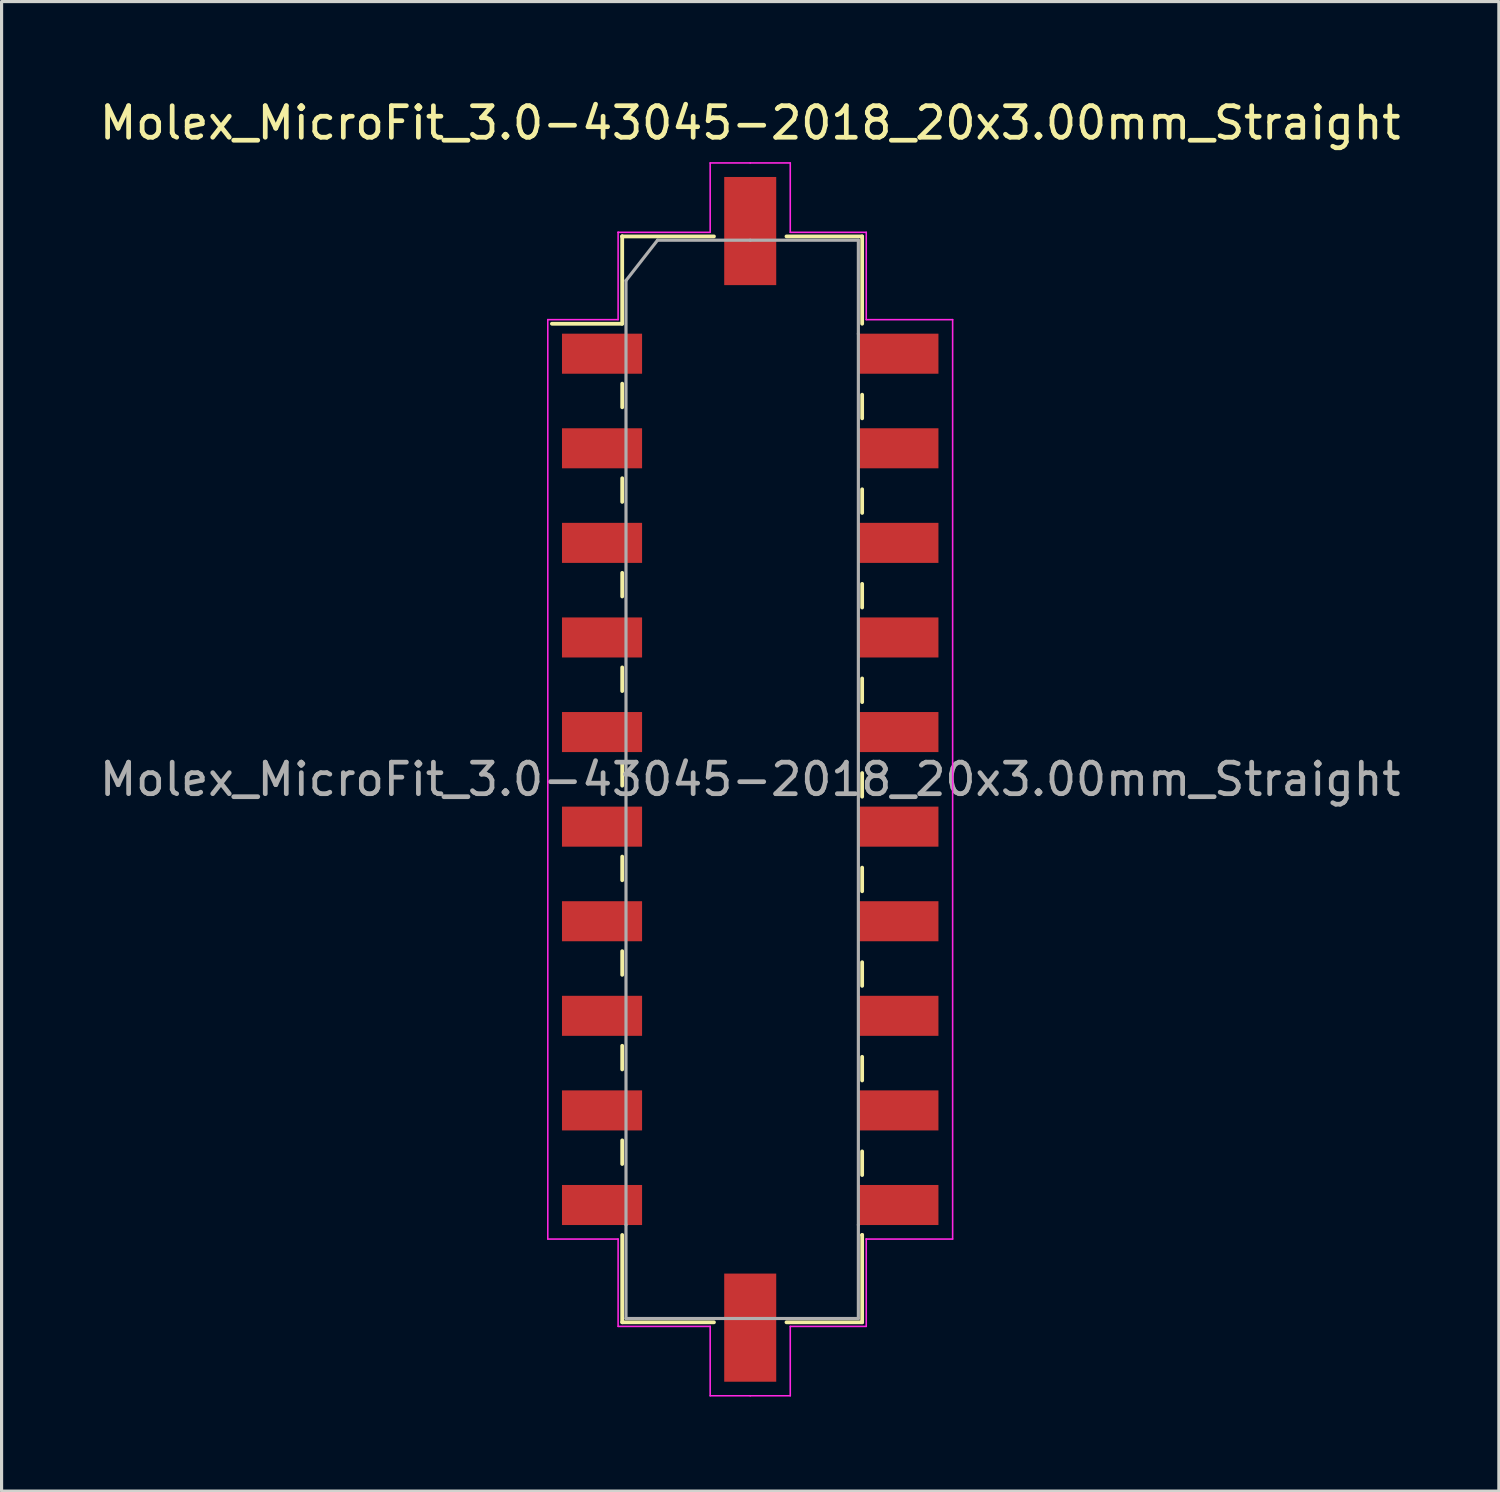
<source format=kicad_pcb>
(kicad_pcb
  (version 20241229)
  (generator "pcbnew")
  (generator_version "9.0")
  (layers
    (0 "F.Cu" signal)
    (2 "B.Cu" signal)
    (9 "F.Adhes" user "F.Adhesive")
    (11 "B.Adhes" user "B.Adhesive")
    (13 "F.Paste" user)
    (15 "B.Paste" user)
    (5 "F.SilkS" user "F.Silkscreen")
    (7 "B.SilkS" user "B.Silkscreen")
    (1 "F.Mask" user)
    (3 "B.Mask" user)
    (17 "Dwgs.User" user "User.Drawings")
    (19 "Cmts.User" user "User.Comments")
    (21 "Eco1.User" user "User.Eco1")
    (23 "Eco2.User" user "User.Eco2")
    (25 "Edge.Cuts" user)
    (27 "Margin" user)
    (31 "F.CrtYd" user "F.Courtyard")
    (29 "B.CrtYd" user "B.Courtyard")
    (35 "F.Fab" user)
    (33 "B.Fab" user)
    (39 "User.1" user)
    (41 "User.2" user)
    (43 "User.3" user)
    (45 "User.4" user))
  (footprint "Molex_MicroFit_3.0-43045-2018_20x3.00mm_Straight"
    (layer "F.Cu")
    (at 20.744 21.668)
    (property "Reference" "Molex_MicroFit_3.0-43045-2018_20x3.00mm_Straight" (at 0 -20.82 0) (layer "F.SilkS") (effects (font (size 1 1) (thickness 0.15))))
    (attr smd)
    (fp_line (start -6.29 -14.45) (end -4.06 -14.45) (stroke (width 0.12) (type solid)) (layer "F.SilkS"))
    (fp_line (start -4.06 -17.22) (end -4.06 -17.22) (stroke (width 0.12) (type solid)) (layer "F.SilkS"))
    (fp_line (start -4.06 -17.22) (end -1.15 -17.22) (stroke (width 0.12) (type solid)) (layer "F.SilkS"))
    (fp_line (start -4.06 -14.45) (end -4.06 -17.22) (stroke (width 0.12) (type solid)) (layer "F.SilkS"))
    (fp_line (start -4.06 -12.55) (end -4.06 -11.8) (stroke (width 0.12) (type solid)) (layer "F.SilkS"))
    (fp_line (start -4.06 -9.55) (end -4.06 -8.8) (stroke (width 0.12) (type solid)) (layer "F.SilkS"))
    (fp_line (start -4.06 -6.55) (end -4.06 -5.8) (stroke (width 0.12) (type solid)) (layer "F.SilkS"))
    (fp_line (start -4.06 -3.55) (end -4.06 -2.8) (stroke (width 0.12) (type solid)) (layer "F.SilkS"))
    (fp_line (start -4.06 -0.55) (end -4.06 0.2) (stroke (width 0.12) (type solid)) (layer "F.SilkS"))
    (fp_line (start -4.06 2.45) (end -4.06 3.2) (stroke (width 0.12) (type solid)) (layer "F.SilkS"))
    (fp_line (start -4.06 5.45) (end -4.06 6.2) (stroke (width 0.12) (type solid)) (layer "F.SilkS"))
    (fp_line (start -4.06 8.45) (end -4.06 9.2) (stroke (width 0.12) (type solid)) (layer "F.SilkS"))
    (fp_line (start -4.06 11.45) (end -4.06 12.2) (stroke (width 0.12) (type solid)) (layer "F.SilkS"))
    (fp_line (start -4.06 17.22) (end -4.06 14.45) (stroke (width 0.12) (type solid)) (layer "F.SilkS"))
    (fp_line (start -1.15 17.22) (end -4.06 17.22) (stroke (width 0.12) (type solid)) (layer "F.SilkS"))
    (fp_line (start 1.15 -17.22) (end 3.55 -17.22) (stroke (width 0.12) (type solid)) (layer "F.SilkS"))
    (fp_line (start 3.55 -17.22) (end 3.55 -14.45) (stroke (width 0.12) (type solid)) (layer "F.SilkS"))
    (fp_line (start 3.55 -11.45) (end 3.55 -12.2) (stroke (width 0.12) (type solid)) (layer "F.SilkS"))
    (fp_line (start 3.55 -8.45) (end 3.55 -9.2) (stroke (width 0.12) (type solid)) (layer "F.SilkS"))
    (fp_line (start 3.55 -5.45) (end 3.55 -6.2) (stroke (width 0.12) (type solid)) (layer "F.SilkS"))
    (fp_line (start 3.55 -2.45) (end 3.55 -3.2) (stroke (width 0.12) (type solid)) (layer "F.SilkS"))
    (fp_line (start 3.55 0.55) (end 3.55 -0.2) (stroke (width 0.12) (type solid)) (layer "F.SilkS"))
    (fp_line (start 3.55 3.55) (end 3.55 2.8) (stroke (width 0.12) (type solid)) (layer "F.SilkS"))
    (fp_line (start 3.55 6.55) (end 3.55 5.8) (stroke (width 0.12) (type solid)) (layer "F.SilkS"))
    (fp_line (start 3.55 9.55) (end 3.55 8.8) (stroke (width 0.12) (type solid)) (layer "F.SilkS"))
    (fp_line (start 3.55 12.55) (end 3.55 11.8) (stroke (width 0.12) (type solid)) (layer "F.SilkS"))
    (fp_line (start 3.55 14.45) (end 3.55 14.45) (stroke (width 0.12) (type solid)) (layer "F.SilkS"))
    (fp_line (start 3.55 14.45) (end 3.55 17.22) (stroke (width 0.12) (type solid)) (layer "F.SilkS"))
    (fp_line (start 3.55 17.22) (end 1.15 17.22) (stroke (width 0.12) (type solid)) (layer "F.SilkS"))
    (fp_line (start -6.42 -14.58) (end -4.19 -14.58) (stroke (width 0.05) (type solid)) (layer "F.CrtYd"))
    (fp_line (start -6.42 14.58) (end -6.42 -14.58) (stroke (width 0.05) (type solid)) (layer "F.CrtYd"))
    (fp_line (start -4.19 -17.35) (end -4.19 -17.35) (stroke (width 0.05) (type solid)) (layer "F.CrtYd"))
    (fp_line (start -4.19 -17.35) (end -1.27 -17.35) (stroke (width 0.05) (type solid)) (layer "F.CrtYd"))
    (fp_line (start -4.19 -14.58) (end -4.19 -17.35) (stroke (width 0.05) (type solid)) (layer "F.CrtYd"))
    (fp_line (start -4.19 14.58) (end -6.42 14.58) (stroke (width 0.05) (type solid)) (layer "F.CrtYd"))
    (fp_line (start -4.19 17.35) (end -4.19 14.58) (stroke (width 0.05) (type solid)) (layer "F.CrtYd"))
    (fp_line (start -1.27 -19.55) (end 0 -19.55) (stroke (width 0.05) (type solid)) (layer "F.CrtYd"))
    (fp_line (start -1.27 -17.35) (end -1.27 -19.55) (stroke (width 0.05) (type solid)) (layer "F.CrtYd"))
    (fp_line (start -1.27 17.35) (end -4.19 17.35) (stroke (width 0.05) (type solid)) (layer "F.CrtYd"))
    (fp_line (start -1.27 19.55) (end -1.27 17.35) (stroke (width 0.05) (type solid)) (layer "F.CrtYd"))
    (fp_line (start 0 -19.55) (end 1.27 -19.55) (stroke (width 0.05) (type solid)) (layer "F.CrtYd"))
    (fp_line (start 0 19.55) (end -1.27 19.55) (stroke (width 0.05) (type solid)) (layer "F.CrtYd"))
    (fp_line (start 1.27 -19.55) (end 1.27 -17.35) (stroke (width 0.05) (type solid)) (layer "F.CrtYd"))
    (fp_line (start 1.27 -17.35) (end 3.68 -17.35) (stroke (width 0.05) (type solid)) (layer "F.CrtYd"))
    (fp_line (start 1.27 17.35) (end 1.27 19.55) (stroke (width 0.05) (type solid)) (layer "F.CrtYd"))
    (fp_line (start 1.27 19.55) (end 0 19.55) (stroke (width 0.05) (type solid)) (layer "F.CrtYd"))
    (fp_line (start 3.68 -17.35) (end 3.68 -14.58) (stroke (width 0.05) (type solid)) (layer "F.CrtYd"))
    (fp_line (start 3.68 -14.58) (end 6.42 -14.58) (stroke (width 0.05) (type solid)) (layer "F.CrtYd"))
    (fp_line (start 3.68 14.58) (end 3.68 14.58) (stroke (width 0.05) (type solid)) (layer "F.CrtYd"))
    (fp_line (start 3.68 14.58) (end 3.68 17.35) (stroke (width 0.05) (type solid)) (layer "F.CrtYd"))
    (fp_line (start 3.68 17.35) (end 1.27 17.35) (stroke (width 0.05) (type solid)) (layer "F.CrtYd"))
    (fp_line (start 6.42 -14.58) (end 6.42 14.58) (stroke (width 0.05) (type solid)) (layer "F.CrtYd"))
    (fp_line (start 6.42 14.58) (end 3.68 14.58) (stroke (width 0.05) (type solid)) (layer "F.CrtYd"))
    (fp_line (start -3.94 -15.82) (end -2.94 -17.1) (stroke (width 0.1) (type solid)) (layer "F.Fab"))
    (fp_line (start -3.94 14.13) (end -3.94 -15.82) (stroke (width 0.1) (type solid)) (layer "F.Fab"))
    (fp_line (start -3.94 17.1) (end -3.94 14.13) (stroke (width 0.1) (type solid)) (layer "F.Fab"))
    (fp_line (start -2.94 -17.1) (end 0 -17.1) (stroke (width 0.1) (type solid)) (layer "F.Fab"))
    (fp_line (start -0.82 17.1) (end -3.94 17.1) (stroke (width 0.1) (type solid)) (layer "F.Fab"))
    (fp_line (start 0 -17.1) (end 3.43 -17.1) (stroke (width 0.1) (type solid)) (layer "F.Fab"))
    (fp_line (start 3.43 -17.1) (end 3.43 -14.13) (stroke (width 0.1) (type solid)) (layer "F.Fab"))
    (fp_line (start 3.43 -14.13) (end 3.43 14.13) (stroke (width 0.1) (type solid)) (layer "F.Fab"))
    (fp_line (start 3.43 14.13) (end 3.43 17.1) (stroke (width 0.1) (type solid)) (layer "F.Fab"))
    (fp_line (start 3.43 17.1) (end -0.82 17.1) (stroke (width 0.1) (type solid)) (layer "F.Fab"))
    (fp_text user "${REFERENCE}" (at 0 0 0) (layer "F.Fab") (effects (font (size 1 1) (thickness 0.15))))
    (pad "" smd rect (at 0 -17.39) (size 1.65 3.43) (layers "F.Cu" "F.Mask" "F.Paste"))
    (pad "" smd rect (at 0 17.39) (size 1.65 3.43) (layers "F.Cu" "F.Mask" "F.Paste"))
    (pad "1" smd rect (at -4.7 -13.5) (size 2.54 1.27) (layers "F.Cu" "F.Mask" "F.Paste"))
    (pad "2" smd rect (at -4.7 -10.5) (size 2.54 1.27) (layers "F.Cu" "F.Mask" "F.Paste"))
    (pad "3" smd rect (at -4.7 -7.5) (size 2.54 1.27) (layers "F.Cu" "F.Mask" "F.Paste"))
    (pad "4" smd rect (at -4.7 -4.5) (size 2.54 1.27) (layers "F.Cu" "F.Mask" "F.Paste"))
    (pad "5" smd rect (at -4.7 -1.5) (size 2.54 1.27) (layers "F.Cu" "F.Mask" "F.Paste"))
    (pad "6" smd rect (at -4.7 1.5) (size 2.54 1.27) (layers "F.Cu" "F.Mask" "F.Paste"))
    (pad "7" smd rect (at -4.7 4.5) (size 2.54 1.27) (layers "F.Cu" "F.Mask" "F.Paste"))
    (pad "8" smd rect (at -4.7 7.5) (size 2.54 1.27) (layers "F.Cu" "F.Mask" "F.Paste"))
    (pad "9" smd rect (at -4.7 10.5) (size 2.54 1.27) (layers "F.Cu" "F.Mask" "F.Paste"))
    (pad "10" smd rect (at -4.7 13.5) (size 2.54 1.27) (layers "F.Cu" "F.Mask" "F.Paste"))
    (pad "11" smd rect (at 4.7 13.5) (size 2.54 1.27) (layers "F.Cu" "F.Mask" "F.Paste"))
    (pad "12" smd rect (at 4.7 10.5) (size 2.54 1.27) (layers "F.Cu" "F.Mask" "F.Paste"))
    (pad "13" smd rect (at 4.7 7.5) (size 2.54 1.27) (layers "F.Cu" "F.Mask" "F.Paste"))
    (pad "14" smd rect (at 4.7 4.5) (size 2.54 1.27) (layers "F.Cu" "F.Mask" "F.Paste"))
    (pad "15" smd rect (at 4.7 1.5) (size 2.54 1.27) (layers "F.Cu" "F.Mask" "F.Paste"))
    (pad "16" smd rect (at 4.7 -1.5) (size 2.54 1.27) (layers "F.Cu" "F.Mask" "F.Paste"))
    (pad "17" smd rect (at 4.7 -4.5) (size 2.54 1.27) (layers "F.Cu" "F.Mask" "F.Paste"))
    (pad "18" smd rect (at 4.7 -7.5) (size 2.54 1.27) (layers "F.Cu" "F.Mask" "F.Paste"))
    (pad "19" smd rect (at 4.7 -10.5) (size 2.54 1.27) (layers "F.Cu" "F.Mask" "F.Paste"))
    (pad "20" smd rect (at 4.7 -13.5) (size 2.54 1.27) (layers "F.Cu" "F.Mask" "F.Paste")))
  (gr_rect
    (start -3 -3)
    (end 44.488 44.243)
    (stroke (width 0.1) (type default))
    (fill no)
    (layer "Edge.Cuts")))
</source>
